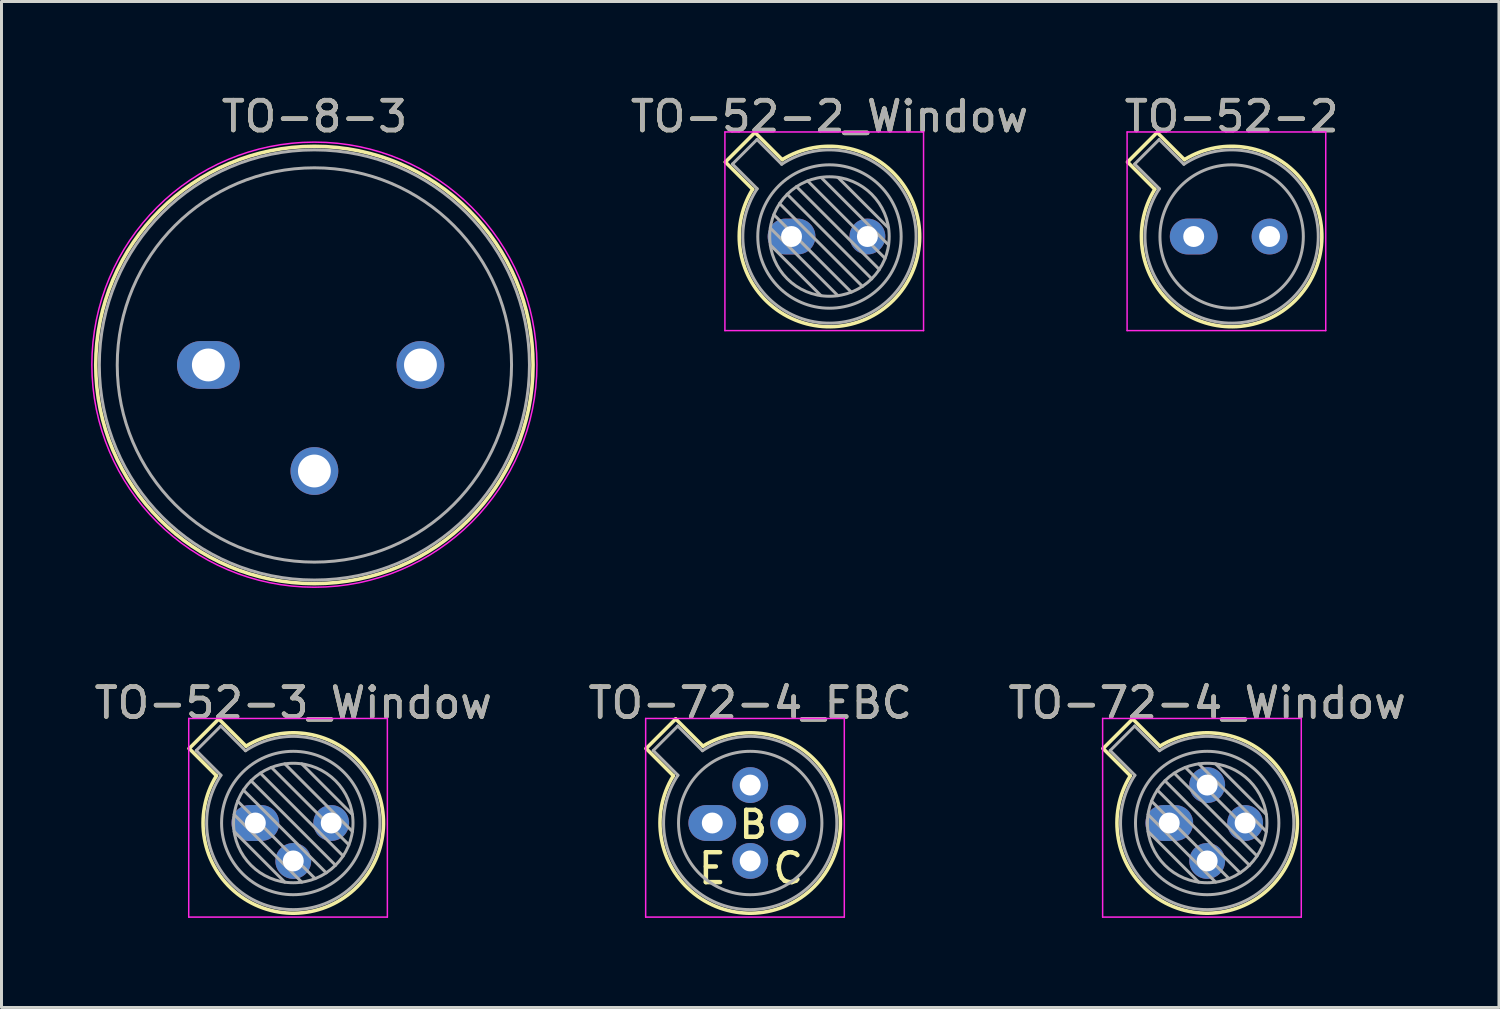
<source format=kicad_pcb>
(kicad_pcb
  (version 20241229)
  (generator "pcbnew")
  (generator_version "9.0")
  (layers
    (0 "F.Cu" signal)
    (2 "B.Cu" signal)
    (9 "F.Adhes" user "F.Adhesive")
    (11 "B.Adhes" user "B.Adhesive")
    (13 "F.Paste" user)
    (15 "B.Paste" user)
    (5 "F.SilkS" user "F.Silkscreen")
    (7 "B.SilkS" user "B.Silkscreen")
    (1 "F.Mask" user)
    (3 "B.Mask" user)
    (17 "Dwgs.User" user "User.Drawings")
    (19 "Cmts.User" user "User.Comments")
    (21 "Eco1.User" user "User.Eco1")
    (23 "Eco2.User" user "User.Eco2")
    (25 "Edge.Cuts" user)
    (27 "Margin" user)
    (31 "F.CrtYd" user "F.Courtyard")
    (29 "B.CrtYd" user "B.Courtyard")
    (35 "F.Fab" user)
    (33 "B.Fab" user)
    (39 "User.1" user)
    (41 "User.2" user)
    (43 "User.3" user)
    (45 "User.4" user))
  (footprint "TO-52-2"
    (layer "F.Cu")
    (at 36.912 4.868)
    (property "Reference" "TO-52-2" (at 1.27 -4.02 0) (layer "F.SilkS") (effects (font (size 1 1) (thickness 0.15))))
    (attr through_hole)
    (fp_line (start -2.214 -2.494) (end -1.302 -1.582) (stroke (width 0.12) (type solid)) (layer "F.SilkS"))
    (fp_line (start -1.224 -3.484) (end -2.214 -2.494) (stroke (width 0.12) (type solid)) (layer "F.SilkS"))
    (fp_line (start -0.312 -2.572) (end -1.224 -3.484) (stroke (width 0.12) (type solid)) (layer "F.SilkS"))
    (fp_arc (start -0.312331 -2.572281) (mid 3.405374 2.135551) (end -1.30215 -1.582544) (stroke (width 0.12) (type solid)) (layer "F.SilkS"))
    (fp_line (start -2.23 -3.5) (end -2.23 3.15) (stroke (width 0.05) (type solid)) (layer "F.CrtYd"))
    (fp_line (start -2.23 3.15) (end 4.42 3.15) (stroke (width 0.05) (type solid)) (layer "F.CrtYd"))
    (fp_line (start 4.42 -3.5) (end -2.23 -3.5) (stroke (width 0.05) (type solid)) (layer "F.CrtYd"))
    (fp_line (start 4.42 3.15) (end 4.42 -3.5) (stroke (width 0.05) (type solid)) (layer "F.CrtYd"))
    (fp_line (start -1.977 -2.426) (end -1.149 -1.599) (stroke (width 0.1) (type solid)) (layer "F.Fab"))
    (fp_line (start -1.156 -3.247) (end -1.977 -2.426) (stroke (width 0.1) (type solid)) (layer "F.Fab"))
    (fp_line (start -0.329 -2.419) (end -1.156 -3.247) (stroke (width 0.1) (type solid)) (layer "F.Fab"))
    (fp_arc (start -0.329057 -2.419301) (mid 3.321076 2.050143) (end -1.150029 -1.597956) (stroke (width 0.1) (type solid)) (layer "F.Fab"))
    (fp_circle (center 1.27 0) (end 3.67 0) (stroke (width 0.1) (type solid)) (fill no) (layer "F.Fab"))
    (fp_text user "${REFERENCE}" (at 1.27 -4.02 0) (layer "F.Fab") (effects (font (size 1 1) (thickness 0.15))))
    (pad "1" thru_hole oval (at 0 0) (size 1.6 1.2) (drill 0.7) (layers "*.Cu" "*.Mask"))
    (pad "2" thru_hole oval (at 2.54 0) (size 1.2 1.2) (drill 0.7) (layers "*.Cu" "*.Mask")))
  (footprint "TO-72-4_Window"
    (layer "F.Cu")
    (at 36.093 24.502)
    (property "Reference" "TO-72-4_Window" (at 1.27 -4.02 0) (layer "F.SilkS") (effects (font (size 1 1) (thickness 0.15))))
    (attr through_hole)
    (fp_line (start -2.214 -2.494) (end -1.302 -1.582) (stroke (width 0.12) (type solid)) (layer "F.SilkS"))
    (fp_line (start -1.224 -3.484) (end -2.214 -2.494) (stroke (width 0.12) (type solid)) (layer "F.SilkS"))
    (fp_line (start -0.312 -2.572) (end -1.224 -3.484) (stroke (width 0.12) (type solid)) (layer "F.SilkS"))
    (fp_arc (start -0.312331 -2.572281) (mid 3.405374 2.135551) (end -1.30215 -1.582544) (stroke (width 0.12) (type solid)) (layer "F.SilkS"))
    (fp_line (start -2.23 -3.5) (end -2.23 3.15) (stroke (width 0.05) (type solid)) (layer "F.CrtYd"))
    (fp_line (start -2.23 3.15) (end 4.42 3.15) (stroke (width 0.05) (type solid)) (layer "F.CrtYd"))
    (fp_line (start 4.42 -3.5) (end -2.23 -3.5) (stroke (width 0.05) (type solid)) (layer "F.CrtYd"))
    (fp_line (start 4.42 3.15) (end 4.42 -3.5) (stroke (width 0.05) (type solid)) (layer "F.CrtYd"))
    (fp_line (start -1.977 -2.426) (end -1.149 -1.599) (stroke (width 0.1) (type solid)) (layer "F.Fab"))
    (fp_line (start -1.156 -3.247) (end -1.977 -2.426) (stroke (width 0.1) (type solid)) (layer "F.Fab"))
    (fp_line (start -0.71 -0.283) (end 1.553 1.98) (stroke (width 0.1) (type solid)) (layer "F.Fab"))
    (fp_line (start -0.71 0.283) (end 0.987 1.98) (stroke (width 0.1) (type solid)) (layer "F.Fab"))
    (fp_line (start -0.592 -0.731) (end 2.001 1.862) (stroke (width 0.1) (type solid)) (layer "F.Fab"))
    (fp_line (start -0.399 -1.103) (end 2.373 1.669) (stroke (width 0.1) (type solid)) (layer "F.Fab"))
    (fp_line (start -0.329 -2.419) (end -1.156 -3.247) (stroke (width 0.1) (type solid)) (layer "F.Fab"))
    (fp_line (start -0.145 -1.415) (end 2.685 1.415) (stroke (width 0.1) (type solid)) (layer "F.Fab"))
    (fp_line (start 0.167 -1.669) (end 2.939 1.103) (stroke (width 0.1) (type solid)) (layer "F.Fab"))
    (fp_line (start 0.539 -1.862) (end 3.132 0.731) (stroke (width 0.1) (type solid)) (layer "F.Fab"))
    (fp_line (start 0.987 -1.98) (end 3.25 0.283) (stroke (width 0.1) (type solid)) (layer "F.Fab"))
    (fp_line (start 1.553 -1.98) (end 3.25 -0.283) (stroke (width 0.1) (type solid)) (layer "F.Fab"))
    (fp_arc (start -0.329057 -2.419301) (mid 3.321076 2.050143) (end -1.150029 -1.597956) (stroke (width 0.1) (type solid)) (layer "F.Fab"))
    (fp_circle (center 1.27 0) (end 3.27 0) (stroke (width 0.1) (type solid)) (fill no) (layer "F.Fab"))
    (fp_circle (center 1.27 0) (end 3.67 0) (stroke (width 0.1) (type solid)) (fill no) (layer "F.Fab"))
    (fp_text user "${REFERENCE}" (at 1.27 -4.02 0) (layer "F.Fab") (effects (font (size 1 1) (thickness 0.15))))
    (pad "1" thru_hole oval (at 0 0) (size 1.6 1.2) (drill 0.7) (layers "*.Cu" "*.Mask"))
    (pad "2" thru_hole oval (at 1.27 1.27) (size 1.2 1.2) (drill 0.7) (layers "*.Cu" "*.Mask"))
    (pad "3" thru_hole oval (at 2.54 0) (size 1.2 1.2) (drill 0.7) (layers "*.Cu" "*.Mask"))
    (pad "4" thru_hole oval (at 1.27 -1.27) (size 1.2 1.2) (drill 0.7) (layers "*.Cu" "*.Mask")))
  (footprint "TO-72-4_EBC"
    (layer "F.Cu")
    (at 20.795 24.502)
    (property "Reference" "TO-72-4_EBC" (at 1.27 -4.02 0) (layer "F.SilkS") (effects (font (size 1 1) (thickness 0.15))))
    (fp_line (start -2.214 -2.494) (end -1.302 -1.582) (stroke (width 0.12) (type solid)) (layer "F.SilkS"))
    (fp_line (start -1.224 -3.484) (end -2.214 -2.494) (stroke (width 0.12) (type solid)) (layer "F.SilkS"))
    (fp_line (start -0.312 -2.572) (end -1.224 -3.484) (stroke (width 0.12) (type solid)) (layer "F.SilkS"))
    (fp_arc (start -0.312331 -2.572281) (mid 3.405374 2.135551) (end -1.30215 -1.582544) (stroke (width 0.12) (type solid)) (layer "F.SilkS"))
    (fp_line (start -2.23 -3.5) (end -2.23 3.15) (stroke (width 0.05) (type solid)) (layer "F.CrtYd"))
    (fp_line (start -2.23 3.15) (end 4.42 3.15) (stroke (width 0.05) (type solid)) (layer "F.CrtYd"))
    (fp_line (start 4.42 -3.5) (end -2.23 -3.5) (stroke (width 0.05) (type solid)) (layer "F.CrtYd"))
    (fp_line (start 4.42 3.15) (end 4.42 -3.5) (stroke (width 0.05) (type solid)) (layer "F.CrtYd"))
    (fp_line (start -1.977 -2.426) (end -1.149 -1.599) (stroke (width 0.1) (type solid)) (layer "F.Fab"))
    (fp_line (start -1.156 -3.247) (end -1.977 -2.426) (stroke (width 0.1) (type solid)) (layer "F.Fab"))
    (fp_line (start -0.329 -2.419) (end -1.156 -3.247) (stroke (width 0.1) (type solid)) (layer "F.Fab"))
    (fp_arc (start -0.329057 -2.419301) (mid 3.321076 2.050143) (end -1.150029 -1.597956) (stroke (width 0.1) (type solid)) (layer "F.Fab"))
    (fp_circle (center 1.27 0) (end 3.67 0) (stroke (width 0.1) (type solid)) (fill no) (layer "F.Fab"))
    (fp_text user "B" (at 1.372 0.051 0) (unlocked yes) (layer "F.SilkS") (effects (font (size 0.9 0.9) (thickness 0.15))))
    (fp_text user "C" (at 2.54 1.524 0) (unlocked yes) (layer "F.SilkS") (effects (font (size 1 1) (thickness 0.15))))
    (fp_text user "E" (at 0 1.524 0) (unlocked yes) (layer "F.SilkS") (effects (font (size 1 1) (thickness 0.15))))
    (fp_text user "${REFERENCE}" (at 1.27 -4.02 0) (layer "F.Fab") (effects (font (size 1 1) (thickness 0.15))))
    (pad "1" thru_hole oval (at 0 0) (size 1.6 1.2) (drill 0.7) (layers "*.Cu" "*.Mask"))
    (pad "2" thru_hole oval (at 1.27 1.27) (size 1.2 1.2) (drill 0.7) (layers "*.Cu" "*.Mask"))
    (pad "3" thru_hole oval (at 2.54 0) (size 1.2 1.2) (drill 0.7) (layers "*.Cu" "*.Mask"))
    (pad "4" thru_hole oval (at 1.27 -1.27) (size 1.2 1.2) (drill 0.7) (layers "*.Cu" "*.Mask")))
  (footprint "TO-52-3_Window"
    (layer "F.Cu")
    (at 5.498 24.502)
    (property "Reference" "TO-52-3_Window" (at 1.27 -4.02 0) (layer "F.SilkS") (effects (font (size 1 1) (thickness 0.15))))
    (attr through_hole)
    (fp_line (start -2.214 -2.494) (end -1.302 -1.582) (stroke (width 0.12) (type solid)) (layer "F.SilkS"))
    (fp_line (start -1.224 -3.484) (end -2.214 -2.494) (stroke (width 0.12) (type solid)) (layer "F.SilkS"))
    (fp_line (start -0.312 -2.572) (end -1.224 -3.484) (stroke (width 0.12) (type solid)) (layer "F.SilkS"))
    (fp_arc (start -0.312331 -2.572281) (mid 3.405374 2.135551) (end -1.30215 -1.582544) (stroke (width 0.12) (type solid)) (layer "F.SilkS"))
    (fp_line (start -2.23 -3.5) (end -2.23 3.15) (stroke (width 0.05) (type solid)) (layer "F.CrtYd"))
    (fp_line (start -2.23 3.15) (end 4.42 3.15) (stroke (width 0.05) (type solid)) (layer "F.CrtYd"))
    (fp_line (start 4.42 -3.5) (end -2.23 -3.5) (stroke (width 0.05) (type solid)) (layer "F.CrtYd"))
    (fp_line (start 4.42 3.15) (end 4.42 -3.5) (stroke (width 0.05) (type solid)) (layer "F.CrtYd"))
    (fp_line (start -1.977 -2.426) (end -1.149 -1.599) (stroke (width 0.1) (type solid)) (layer "F.Fab"))
    (fp_line (start -1.156 -3.247) (end -1.977 -2.426) (stroke (width 0.1) (type solid)) (layer "F.Fab"))
    (fp_line (start -0.71 -0.283) (end 1.553 1.98) (stroke (width 0.1) (type solid)) (layer "F.Fab"))
    (fp_line (start -0.71 0.283) (end 0.987 1.98) (stroke (width 0.1) (type solid)) (layer "F.Fab"))
    (fp_line (start -0.592 -0.731) (end 2.001 1.862) (stroke (width 0.1) (type solid)) (layer "F.Fab"))
    (fp_line (start -0.399 -1.103) (end 2.373 1.669) (stroke (width 0.1) (type solid)) (layer "F.Fab"))
    (fp_line (start -0.329 -2.419) (end -1.156 -3.247) (stroke (width 0.1) (type solid)) (layer "F.Fab"))
    (fp_line (start -0.145 -1.415) (end 2.685 1.415) (stroke (width 0.1) (type solid)) (layer "F.Fab"))
    (fp_line (start 0.167 -1.669) (end 2.939 1.103) (stroke (width 0.1) (type solid)) (layer "F.Fab"))
    (fp_line (start 0.539 -1.862) (end 3.132 0.731) (stroke (width 0.1) (type solid)) (layer "F.Fab"))
    (fp_line (start 0.987 -1.98) (end 3.25 0.283) (stroke (width 0.1) (type solid)) (layer "F.Fab"))
    (fp_line (start 1.553 -1.98) (end 3.25 -0.283) (stroke (width 0.1) (type solid)) (layer "F.Fab"))
    (fp_arc (start -0.329057 -2.419301) (mid 3.321076 2.050143) (end -1.150029 -1.597956) (stroke (width 0.1) (type solid)) (layer "F.Fab"))
    (fp_circle (center 1.27 0) (end 3.27 0) (stroke (width 0.1) (type solid)) (fill no) (layer "F.Fab"))
    (fp_circle (center 1.27 0) (end 3.67 0) (stroke (width 0.1) (type solid)) (fill no) (layer "F.Fab"))
    (fp_text user "${REFERENCE}" (at 1.27 -4.02 0) (layer "F.Fab") (effects (font (size 1 1) (thickness 0.15))))
    (pad "1" thru_hole oval (at 0 0) (size 1.6 1.2) (drill 0.7) (layers "*.Cu" "*.Mask"))
    (pad "2" thru_hole oval (at 1.27 1.27) (size 1.2 1.2) (drill 0.7) (layers "*.Cu" "*.Mask"))
    (pad "3" thru_hole oval (at 2.54 0) (size 1.2 1.2) (drill 0.7) (layers "*.Cu" "*.Mask")))
  (footprint "TO-52-2_Window"
    (layer "F.Cu")
    (at 23.448 4.868)
    (property "Reference" "TO-52-2_Window" (at 1.27 -4.02 0) (layer "F.SilkS") (effects (font (size 1 1) (thickness 0.15))))
    (attr through_hole)
    (fp_line (start -2.214 -2.494) (end -1.302 -1.582) (stroke (width 0.12) (type solid)) (layer "F.SilkS"))
    (fp_line (start -1.224 -3.484) (end -2.214 -2.494) (stroke (width 0.12) (type solid)) (layer "F.SilkS"))
    (fp_line (start -0.312 -2.572) (end -1.224 -3.484) (stroke (width 0.12) (type solid)) (layer "F.SilkS"))
    (fp_arc (start -0.312331 -2.572281) (mid 3.405374 2.135551) (end -1.30215 -1.582544) (stroke (width 0.12) (type solid)) (layer "F.SilkS"))
    (fp_line (start -2.23 -3.5) (end -2.23 3.15) (stroke (width 0.05) (type solid)) (layer "F.CrtYd"))
    (fp_line (start -2.23 3.15) (end 4.42 3.15) (stroke (width 0.05) (type solid)) (layer "F.CrtYd"))
    (fp_line (start 4.42 -3.5) (end -2.23 -3.5) (stroke (width 0.05) (type solid)) (layer "F.CrtYd"))
    (fp_line (start 4.42 3.15) (end 4.42 -3.5) (stroke (width 0.05) (type solid)) (layer "F.CrtYd"))
    (fp_line (start -1.977 -2.426) (end -1.149 -1.599) (stroke (width 0.1) (type solid)) (layer "F.Fab"))
    (fp_line (start -1.156 -3.247) (end -1.977 -2.426) (stroke (width 0.1) (type solid)) (layer "F.Fab"))
    (fp_line (start -0.71 -0.283) (end 1.553 1.98) (stroke (width 0.1) (type solid)) (layer "F.Fab"))
    (fp_line (start -0.71 0.283) (end 0.987 1.98) (stroke (width 0.1) (type solid)) (layer "F.Fab"))
    (fp_line (start -0.592 -0.731) (end 2.001 1.862) (stroke (width 0.1) (type solid)) (layer "F.Fab"))
    (fp_line (start -0.399 -1.103) (end 2.373 1.669) (stroke (width 0.1) (type solid)) (layer "F.Fab"))
    (fp_line (start -0.329 -2.419) (end -1.156 -3.247) (stroke (width 0.1) (type solid)) (layer "F.Fab"))
    (fp_line (start -0.145 -1.415) (end 2.685 1.415) (stroke (width 0.1) (type solid)) (layer "F.Fab"))
    (fp_line (start 0.167 -1.669) (end 2.939 1.103) (stroke (width 0.1) (type solid)) (layer "F.Fab"))
    (fp_line (start 0.539 -1.862) (end 3.132 0.731) (stroke (width 0.1) (type solid)) (layer "F.Fab"))
    (fp_line (start 0.987 -1.98) (end 3.25 0.283) (stroke (width 0.1) (type solid)) (layer "F.Fab"))
    (fp_line (start 1.553 -1.98) (end 3.25 -0.283) (stroke (width 0.1) (type solid)) (layer "F.Fab"))
    (fp_arc (start -0.329057 -2.419301) (mid 3.321076 2.050143) (end -1.150029 -1.597956) (stroke (width 0.1) (type solid)) (layer "F.Fab"))
    (fp_circle (center 1.27 0) (end 3.27 0) (stroke (width 0.1) (type solid)) (fill no) (layer "F.Fab"))
    (fp_circle (center 1.27 0) (end 3.67 0) (stroke (width 0.1) (type solid)) (fill no) (layer "F.Fab"))
    (fp_text user "${REFERENCE}" (at 1.27 -4.02 0) (layer "F.Fab") (effects (font (size 1 1) (thickness 0.15))))
    (pad "1" thru_hole oval (at 0 0) (size 1.6 1.2) (drill 0.7) (layers "*.Cu" "*.Mask"))
    (pad "2" thru_hole oval (at 2.54 0) (size 1.2 1.2) (drill 0.7) (layers "*.Cu" "*.Mask")))
  (footprint "TO-8-3"
    (layer "F.Cu")
    (at 3.925 9.168)
    (property "Reference" "TO-8-3" (at 3.55 -8.32 0) (layer "F.SilkS") (effects (font (size 1 1) (thickness 0.15))))
    (attr through_hole)
    (fp_circle (center 3.55 0) (end 10.87 0) (stroke (width 0.12) (type solid)) (fill no) (layer "F.SilkS"))
    (fp_circle (center 3.55 -0.01) (end 11 -0.01) (stroke (width 0.05) (type solid)) (fill no) (layer "F.CrtYd"))
    (fp_circle (center 3.55 0) (end 10.15 0) (stroke (width 0.1) (type solid)) (fill no) (layer "F.Fab"))
    (fp_circle (center 3.55 0) (end 10.75 0) (stroke (width 0.1) (type solid)) (fill no) (layer "F.Fab"))
    (fp_text user "${REFERENCE}" (at 3.55 -8.32 0) (layer "F.Fab") (effects (font (size 1 1) (thickness 0.15))))
    (pad "1" thru_hole oval (at 0 0) (size 2.1 1.6) (drill 1.1) (layers "*.Cu" "*.Mask"))
    (pad "2" thru_hole oval (at 3.55 3.55) (size 1.6 1.6) (drill 1.1) (layers "*.Cu" "*.Mask"))
    (pad "3" thru_hole oval (at 7.1 0) (size 1.6 1.6) (drill 1.1) (layers "*.Cu" "*.Mask")))
  (gr_rect
    (start -3 -3)
    (end 47.131 30.677)
    (stroke (width 0.1) (type default))
    (fill no)
    (layer "Edge.Cuts")))
</source>
